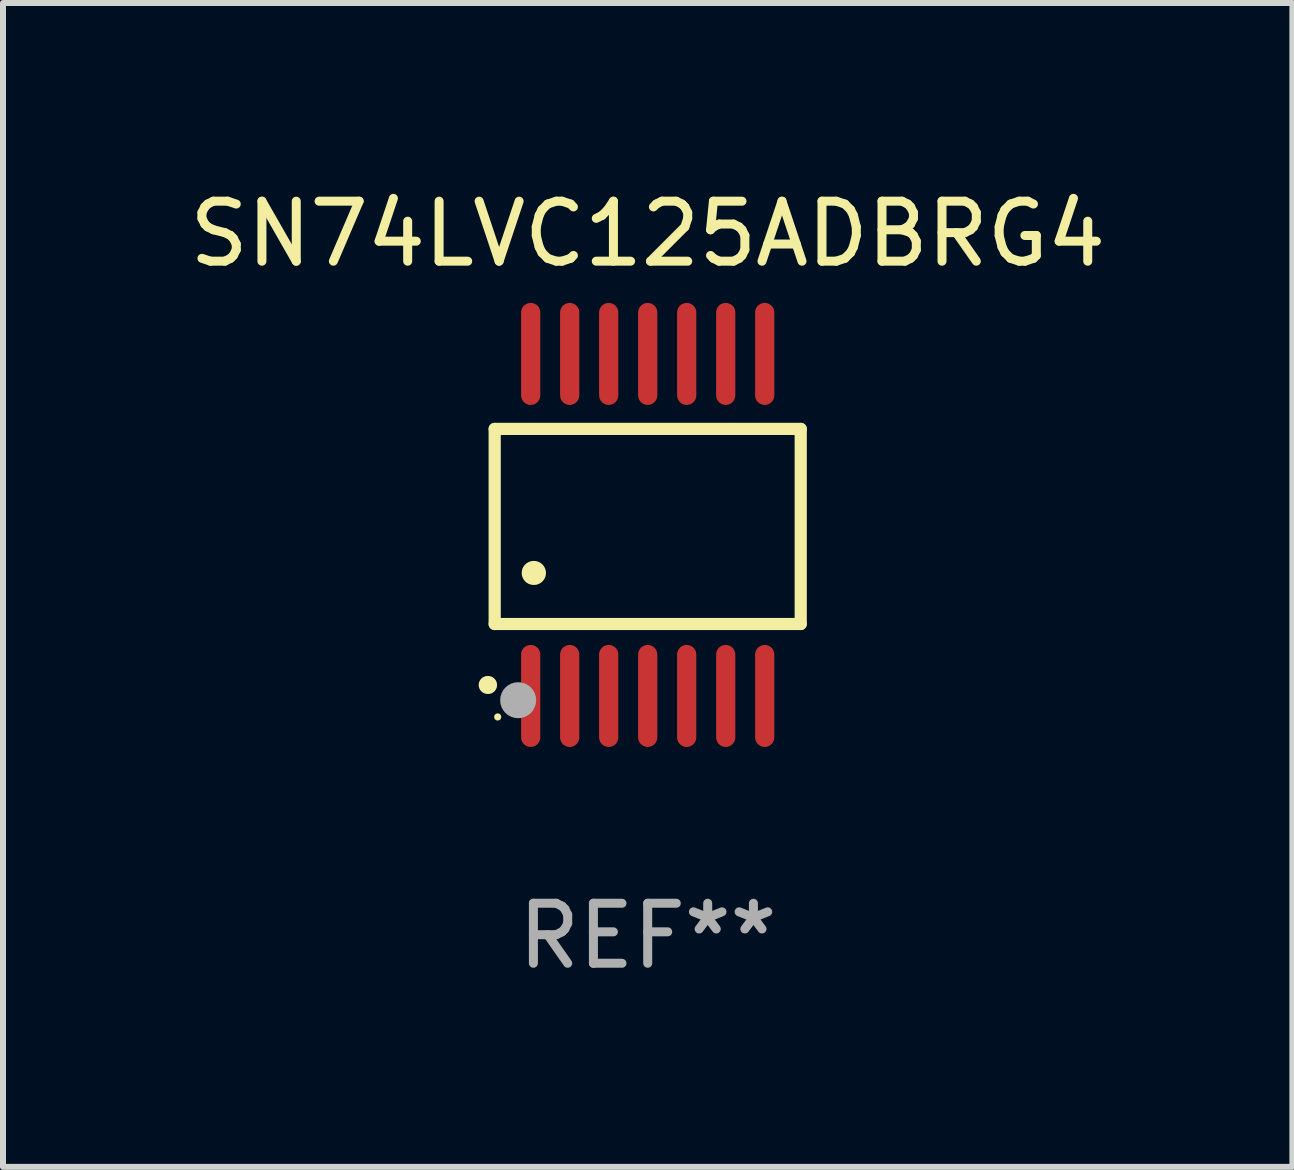
<source format=kicad_pcb>
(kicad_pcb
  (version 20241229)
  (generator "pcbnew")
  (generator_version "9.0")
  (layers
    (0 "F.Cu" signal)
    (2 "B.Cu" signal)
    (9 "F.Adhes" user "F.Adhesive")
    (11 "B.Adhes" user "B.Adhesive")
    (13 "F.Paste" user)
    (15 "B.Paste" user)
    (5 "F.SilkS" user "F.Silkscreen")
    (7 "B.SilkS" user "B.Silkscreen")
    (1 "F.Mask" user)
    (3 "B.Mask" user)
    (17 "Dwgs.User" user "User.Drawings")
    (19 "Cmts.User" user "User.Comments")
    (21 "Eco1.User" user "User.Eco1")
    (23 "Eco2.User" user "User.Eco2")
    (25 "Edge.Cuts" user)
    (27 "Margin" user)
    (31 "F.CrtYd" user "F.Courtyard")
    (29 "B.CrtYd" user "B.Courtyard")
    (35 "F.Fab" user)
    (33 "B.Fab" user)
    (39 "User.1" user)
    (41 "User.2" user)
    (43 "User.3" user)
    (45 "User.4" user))
  (footprint "SN74LVC125ADBRG4"
    (layer "F.Cu")
    (at 7.744 5.698)
    (property "Reference" "SN74LVC125ADBRG4" (at 0 -4.85 0) (layer "F.SilkS") (effects (font (size 1 1) (thickness 0.15))))
    (attr through_hole)
    (fp_line (start -2.55 -1.6) (end 2.55 -1.6) (stroke (width 0.203) (type solid)) (layer "F.SilkS"))
    (fp_line (start -2.55 1.651) (end -2.55 -1.6) (stroke (width 0.203) (type solid)) (layer "F.SilkS"))
    (fp_line (start 2.55 -1.6) (end 2.55 1.651) (stroke (width 0.203) (type solid)) (layer "F.SilkS"))
    (fp_line (start 2.55 1.651) (end -2.55 1.651) (stroke (width 0.203) (type solid)) (layer "F.SilkS"))
    (fp_arc (start -2.667005 2.667005) (mid -2.663677 2.667046) (end -2.66035 2.667157) (stroke (width 0.3) (type solid)) (layer "F.SilkS"))
    (fp_arc (start -1.9 0.8) (mid -1.897803 0.800014) (end -1.895606 0.800051) (stroke (width 0.4) (type solid)) (layer "F.SilkS"))
    (fp_circle (center -2.5 3.2) (end -2.47 3.2) (stroke (width 0.06) (type solid)) (fill no) (layer "F.SilkS"))
    (fp_circle (center -2.159 2.921) (end -2.009 2.921) (stroke (width 0.3) (type solid)) (fill no) (layer "F.Fab"))
    (fp_text user "REF**" (at 0 6.85 0) (layer "F.Fab") (effects (font (size 1 1) (thickness 0.15))))
    (pad "1" smd oval (at -1.95 2.85 180) (size 0.32 1.7) (layers "F.Cu" "F.Mask" "F.Paste"))
    (pad "2" smd oval (at -1.3 2.85 180) (size 0.32 1.7) (layers "F.Cu" "F.Mask" "F.Paste"))
    (pad "3" smd oval (at -0.65 2.85 180) (size 0.32 1.7) (layers "F.Cu" "F.Mask" "F.Paste"))
    (pad "4" smd oval (at 0 2.85 180) (size 0.32 1.7) (layers "F.Cu" "F.Mask" "F.Paste"))
    (pad "5" smd oval (at 0.65 2.85 180) (size 0.32 1.7) (layers "F.Cu" "F.Mask" "F.Paste"))
    (pad "6" smd oval (at 1.3 2.85 180) (size 0.32 1.7) (layers "F.Cu" "F.Mask" "F.Paste"))
    (pad "7" smd oval (at 1.95 2.85 180) (size 0.32 1.7) (layers "F.Cu" "F.Mask" "F.Paste"))
    (pad "8" smd oval (at 1.95 -2.85 180) (size 0.32 1.7) (layers "F.Cu" "F.Mask" "F.Paste"))
    (pad "9" smd oval (at 1.3 -2.85 180) (size 0.32 1.7) (layers "F.Cu" "F.Mask" "F.Paste"))
    (pad "10" smd oval (at 0.65 -2.85 180) (size 0.32 1.7) (layers "F.Cu" "F.Mask" "F.Paste"))
    (pad "11" smd oval (at 0 -2.85 180) (size 0.32 1.7) (layers "F.Cu" "F.Mask" "F.Paste"))
    (pad "12" smd oval (at -0.65 -2.85 180) (size 0.32 1.7) (layers "F.Cu" "F.Mask" "F.Paste"))
    (pad "13" smd oval (at -1.3 -2.85 180) (size 0.32 1.7) (layers "F.Cu" "F.Mask" "F.Paste"))
    (pad "14" smd oval (at -1.95 -2.85 180) (size 0.32 1.7) (layers "F.Cu" "F.Mask" "F.Paste")))
  (gr_rect
    (start -3 -3)
    (end 18.488 16.396)
    (stroke (width 0.1) (type default))
    (fill no)
    (layer "Edge.Cuts")))
</source>
